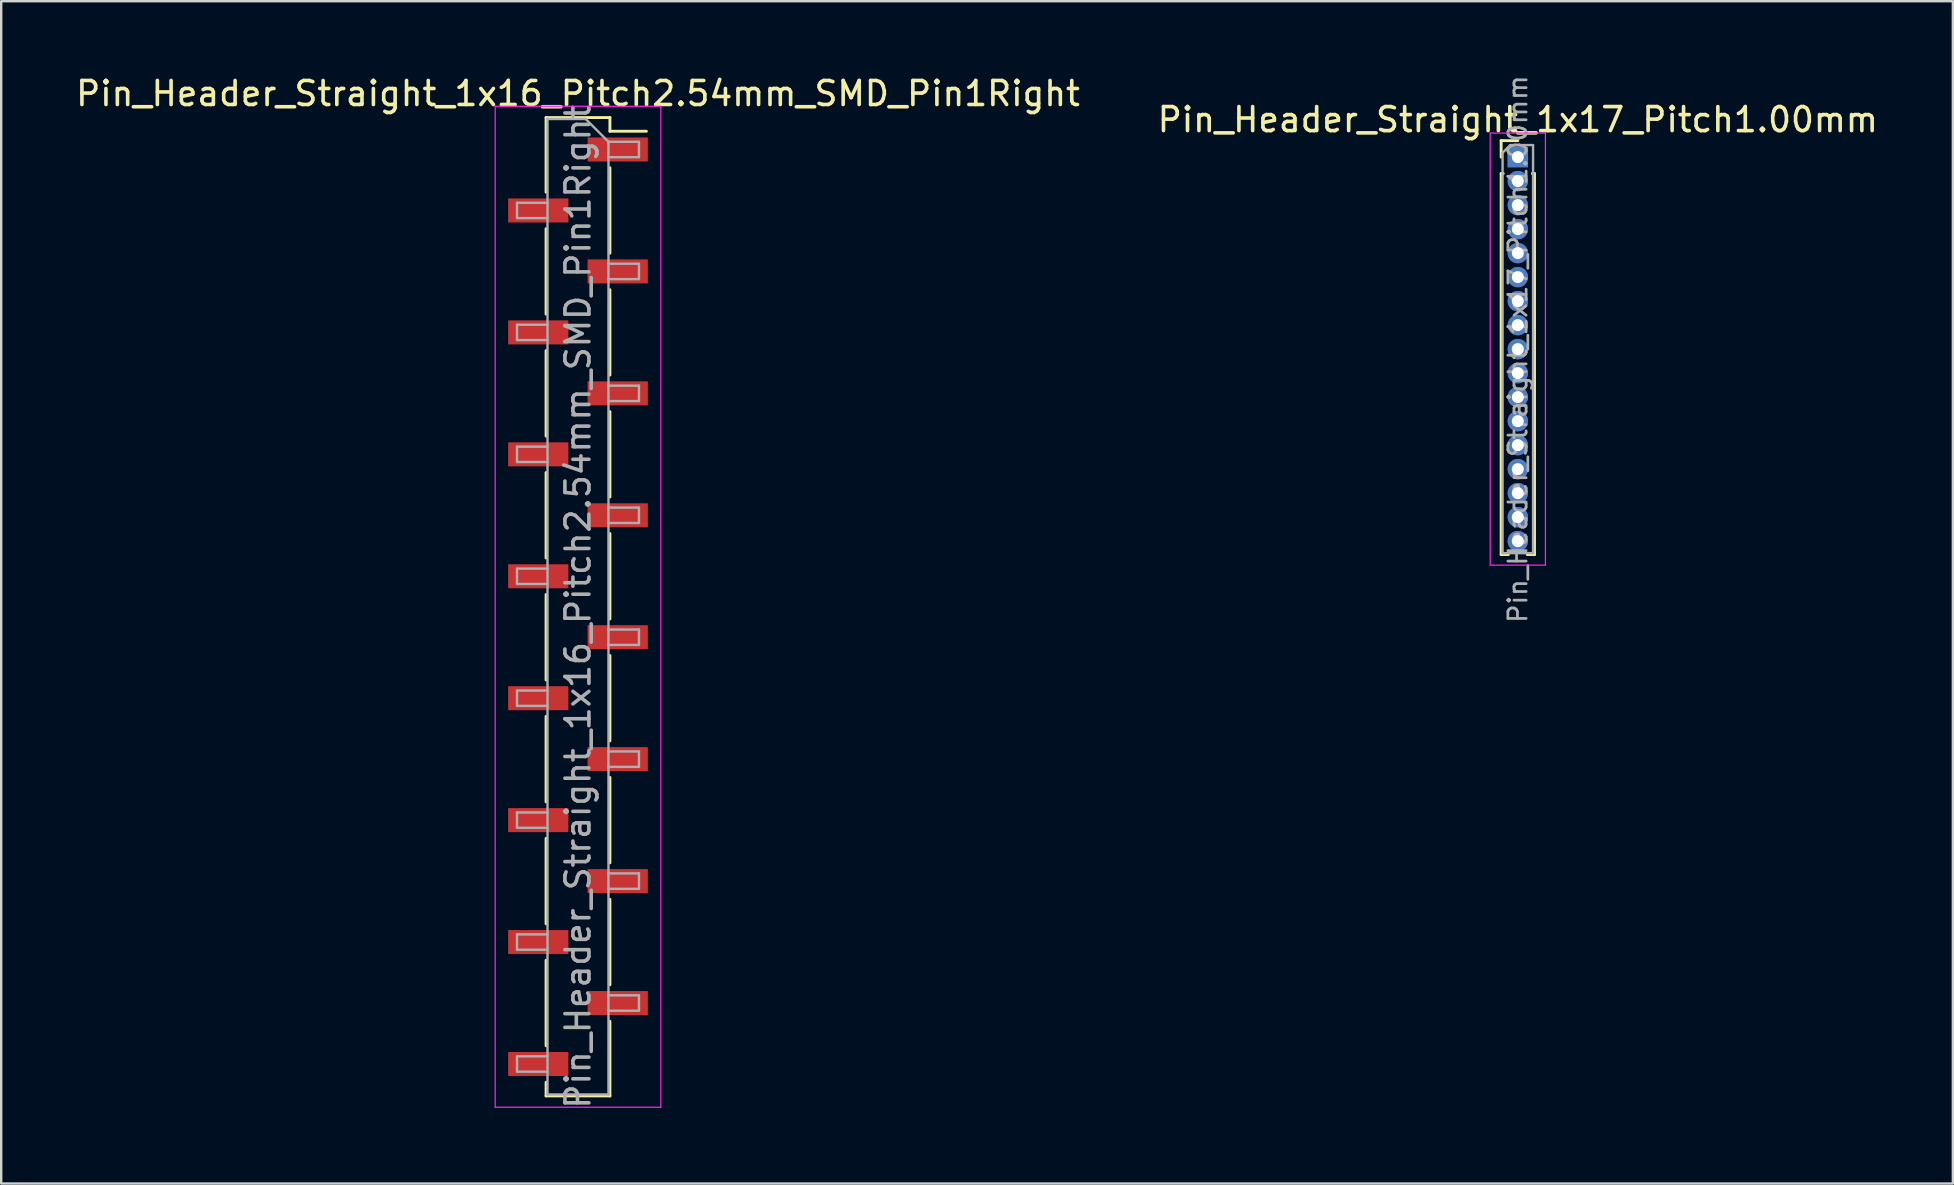
<source format=kicad_pcb>
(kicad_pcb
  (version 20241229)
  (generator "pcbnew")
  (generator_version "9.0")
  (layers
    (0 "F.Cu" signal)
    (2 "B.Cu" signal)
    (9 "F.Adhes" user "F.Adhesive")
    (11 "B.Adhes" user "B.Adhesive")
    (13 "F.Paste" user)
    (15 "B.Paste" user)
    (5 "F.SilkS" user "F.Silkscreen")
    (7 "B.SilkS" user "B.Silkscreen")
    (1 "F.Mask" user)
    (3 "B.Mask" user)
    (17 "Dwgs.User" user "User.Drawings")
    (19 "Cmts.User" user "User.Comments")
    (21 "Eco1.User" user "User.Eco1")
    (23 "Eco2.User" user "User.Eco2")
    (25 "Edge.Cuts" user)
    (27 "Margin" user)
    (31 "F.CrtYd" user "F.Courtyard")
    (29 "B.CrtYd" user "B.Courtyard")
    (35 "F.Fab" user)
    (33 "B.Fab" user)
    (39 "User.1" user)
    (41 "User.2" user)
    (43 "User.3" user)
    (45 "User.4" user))
  (footprint "Pin_Header_Straight_1x17_Pitch1.00mm"
    (layer "F.Cu")
    (at 60.185 3.495)
    (property "Reference" "Pin_Header_Straight_1x17_Pitch1.00mm" (at 0 -1.56 0) (layer "F.SilkS") (effects (font (size 1 1) (thickness 0.15))))
    (attr through_hole)
    (fp_line (start -0.695 -0.685) (end 0 -0.685) (stroke (width 0.12) (type solid)) (layer "F.SilkS"))
    (fp_line (start -0.695 0) (end -0.695 -0.685) (stroke (width 0.12) (type solid)) (layer "F.SilkS"))
    (fp_line (start -0.695 0.685) (end -0.695 16.56) (stroke (width 0.12) (type solid)) (layer "F.SilkS"))
    (fp_line (start -0.695 0.685) (end -0.608 0.685) (stroke (width 0.12) (type solid)) (layer "F.SilkS"))
    (fp_line (start -0.695 16.56) (end -0.394 16.56) (stroke (width 0.12) (type solid)) (layer "F.SilkS"))
    (fp_line (start 0.394 16.56) (end 0.695 16.56) (stroke (width 0.12) (type solid)) (layer "F.SilkS"))
    (fp_line (start 0.608 0.685) (end 0.695 0.685) (stroke (width 0.12) (type solid)) (layer "F.SilkS"))
    (fp_line (start 0.695 0.685) (end 0.695 16.56) (stroke (width 0.12) (type solid)) (layer "F.SilkS"))
    (fp_line (start -1.15 -1) (end -1.15 17) (stroke (width 0.05) (type solid)) (layer "F.CrtYd"))
    (fp_line (start -1.15 17) (end 1.15 17) (stroke (width 0.05) (type solid)) (layer "F.CrtYd"))
    (fp_line (start 1.15 -1) (end -1.15 -1) (stroke (width 0.05) (type solid)) (layer "F.CrtYd"))
    (fp_line (start 1.15 17) (end 1.15 -1) (stroke (width 0.05) (type solid)) (layer "F.CrtYd"))
    (fp_line (start -0.635 -0.182) (end -0.318 -0.5) (stroke (width 0.1) (type solid)) (layer "F.Fab"))
    (fp_line (start -0.635 16.5) (end -0.635 -0.182) (stroke (width 0.1) (type solid)) (layer "F.Fab"))
    (fp_line (start -0.318 -0.5) (end 0.635 -0.5) (stroke (width 0.1) (type solid)) (layer "F.Fab"))
    (fp_line (start 0.635 -0.5) (end 0.635 16.5) (stroke (width 0.1) (type solid)) (layer "F.Fab"))
    (fp_line (start 0.635 16.5) (end -0.635 16.5) (stroke (width 0.1) (type solid)) (layer "F.Fab"))
    (fp_text user "${REFERENCE}" (at 0 8 90) (layer "F.Fab") (effects (font (size 0.76 0.76) (thickness 0.114))))
    (pad "1" thru_hole rect (at 0 0) (size 0.85 0.85) (drill 0.5) (layers "*.Cu" "*.Mask"))
    (pad "2" thru_hole oval (at 0 1) (size 0.85 0.85) (drill 0.5) (layers "*.Cu" "*.Mask"))
    (pad "3" thru_hole oval (at 0 2) (size 0.85 0.85) (drill 0.5) (layers "*.Cu" "*.Mask"))
    (pad "4" thru_hole oval (at 0 3) (size 0.85 0.85) (drill 0.5) (layers "*.Cu" "*.Mask"))
    (pad "5" thru_hole oval (at 0 4) (size 0.85 0.85) (drill 0.5) (layers "*.Cu" "*.Mask"))
    (pad "6" thru_hole oval (at 0 5) (size 0.85 0.85) (drill 0.5) (layers "*.Cu" "*.Mask"))
    (pad "7" thru_hole oval (at 0 6) (size 0.85 0.85) (drill 0.5) (layers "*.Cu" "*.Mask"))
    (pad "8" thru_hole oval (at 0 7) (size 0.85 0.85) (drill 0.5) (layers "*.Cu" "*.Mask"))
    (pad "9" thru_hole oval (at 0 8) (size 0.85 0.85) (drill 0.5) (layers "*.Cu" "*.Mask"))
    (pad "10" thru_hole oval (at 0 9) (size 0.85 0.85) (drill 0.5) (layers "*.Cu" "*.Mask"))
    (pad "11" thru_hole oval (at 0 10) (size 0.85 0.85) (drill 0.5) (layers "*.Cu" "*.Mask"))
    (pad "12" thru_hole oval (at 0 11) (size 0.85 0.85) (drill 0.5) (layers "*.Cu" "*.Mask"))
    (pad "13" thru_hole oval (at 0 12) (size 0.85 0.85) (drill 0.5) (layers "*.Cu" "*.Mask"))
    (pad "14" thru_hole oval (at 0 13) (size 0.85 0.85) (drill 0.5) (layers "*.Cu" "*.Mask"))
    (pad "15" thru_hole oval (at 0 14) (size 0.85 0.85) (drill 0.5) (layers "*.Cu" "*.Mask"))
    (pad "16" thru_hole oval (at 0 15) (size 0.85 0.85) (drill 0.5) (layers "*.Cu" "*.Mask"))
    (pad "17" thru_hole oval (at 0 16) (size 0.85 0.85) (drill 0.5) (layers "*.Cu" "*.Mask")))
  (footprint "Pin_Header_Straight_1x16_Pitch2.54mm_SMD_Pin1Right"
    (layer "F.Cu")
    (at 21.03 22.228)
    (property "Reference" "Pin_Header_Straight_1x16_Pitch2.54mm_SMD_Pin1Right" (at 0 -21.38 0) (layer "F.SilkS") (effects (font (size 1 1) (thickness 0.15))))
    (attr smd)
    (fp_line (start -1.33 -20.38) (end -1.33 -17.27) (stroke (width 0.12) (type solid)) (layer "F.SilkS"))
    (fp_line (start -1.33 -20.38) (end 1.33 -20.38) (stroke (width 0.12) (type solid)) (layer "F.SilkS"))
    (fp_line (start -1.33 -15.75) (end -1.33 -12.19) (stroke (width 0.12) (type solid)) (layer "F.SilkS"))
    (fp_line (start -1.33 -10.67) (end -1.33 -7.11) (stroke (width 0.12) (type solid)) (layer "F.SilkS"))
    (fp_line (start -1.33 -5.59) (end -1.33 -2.03) (stroke (width 0.12) (type solid)) (layer "F.SilkS"))
    (fp_line (start -1.33 -0.51) (end -1.33 3.05) (stroke (width 0.12) (type solid)) (layer "F.SilkS"))
    (fp_line (start -1.33 4.57) (end -1.33 8.13) (stroke (width 0.12) (type solid)) (layer "F.SilkS"))
    (fp_line (start -1.33 9.65) (end -1.33 13.21) (stroke (width 0.12) (type solid)) (layer "F.SilkS"))
    (fp_line (start -1.33 14.73) (end -1.33 18.29) (stroke (width 0.12) (type solid)) (layer "F.SilkS"))
    (fp_line (start -1.33 19.81) (end -1.33 20.38) (stroke (width 0.12) (type solid)) (layer "F.SilkS"))
    (fp_line (start -1.33 20.38) (end 1.33 20.38) (stroke (width 0.12) (type solid)) (layer "F.SilkS"))
    (fp_line (start 1.33 -20.38) (end 1.33 -19.81) (stroke (width 0.12) (type solid)) (layer "F.SilkS"))
    (fp_line (start 1.33 -19.81) (end 2.85 -19.81) (stroke (width 0.12) (type solid)) (layer "F.SilkS"))
    (fp_line (start 1.33 -18.29) (end 1.33 -14.73) (stroke (width 0.12) (type solid)) (layer "F.SilkS"))
    (fp_line (start 1.33 -13.21) (end 1.33 -9.65) (stroke (width 0.12) (type solid)) (layer "F.SilkS"))
    (fp_line (start 1.33 -8.13) (end 1.33 -4.57) (stroke (width 0.12) (type solid)) (layer "F.SilkS"))
    (fp_line (start 1.33 -3.05) (end 1.33 0.51) (stroke (width 0.12) (type solid)) (layer "F.SilkS"))
    (fp_line (start 1.33 2.03) (end 1.33 5.59) (stroke (width 0.12) (type solid)) (layer "F.SilkS"))
    (fp_line (start 1.33 7.11) (end 1.33 10.67) (stroke (width 0.12) (type solid)) (layer "F.SilkS"))
    (fp_line (start 1.33 12.19) (end 1.33 15.75) (stroke (width 0.12) (type solid)) (layer "F.SilkS"))
    (fp_line (start 1.33 17.27) (end 1.33 20.38) (stroke (width 0.12) (type solid)) (layer "F.SilkS"))
    (fp_line (start -3.45 -20.85) (end -3.45 20.85) (stroke (width 0.05) (type solid)) (layer "F.CrtYd"))
    (fp_line (start -3.45 20.85) (end 3.45 20.85) (stroke (width 0.05) (type solid)) (layer "F.CrtYd"))
    (fp_line (start 3.45 -20.85) (end -3.45 -20.85) (stroke (width 0.05) (type solid)) (layer "F.CrtYd"))
    (fp_line (start 3.45 20.85) (end 3.45 -20.85) (stroke (width 0.05) (type solid)) (layer "F.CrtYd"))
    (fp_line (start -2.54 -16.83) (end -2.54 -16.19) (stroke (width 0.1) (type solid)) (layer "F.Fab"))
    (fp_line (start -2.54 -16.19) (end -1.27 -16.19) (stroke (width 0.1) (type solid)) (layer "F.Fab"))
    (fp_line (start -2.54 -11.75) (end -2.54 -11.11) (stroke (width 0.1) (type solid)) (layer "F.Fab"))
    (fp_line (start -2.54 -11.11) (end -1.27 -11.11) (stroke (width 0.1) (type solid)) (layer "F.Fab"))
    (fp_line (start -2.54 -6.67) (end -2.54 -6.03) (stroke (width 0.1) (type solid)) (layer "F.Fab"))
    (fp_line (start -2.54 -6.03) (end -1.27 -6.03) (stroke (width 0.1) (type solid)) (layer "F.Fab"))
    (fp_line (start -2.54 -1.59) (end -2.54 -0.95) (stroke (width 0.1) (type solid)) (layer "F.Fab"))
    (fp_line (start -2.54 -0.95) (end -1.27 -0.95) (stroke (width 0.1) (type solid)) (layer "F.Fab"))
    (fp_line (start -2.54 3.49) (end -2.54 4.13) (stroke (width 0.1) (type solid)) (layer "F.Fab"))
    (fp_line (start -2.54 4.13) (end -1.27 4.13) (stroke (width 0.1) (type solid)) (layer "F.Fab"))
    (fp_line (start -2.54 8.57) (end -2.54 9.21) (stroke (width 0.1) (type solid)) (layer "F.Fab"))
    (fp_line (start -2.54 9.21) (end -1.27 9.21) (stroke (width 0.1) (type solid)) (layer "F.Fab"))
    (fp_line (start -2.54 13.65) (end -2.54 14.29) (stroke (width 0.1) (type solid)) (layer "F.Fab"))
    (fp_line (start -2.54 14.29) (end -1.27 14.29) (stroke (width 0.1) (type solid)) (layer "F.Fab"))
    (fp_line (start -2.54 18.73) (end -2.54 19.37) (stroke (width 0.1) (type solid)) (layer "F.Fab"))
    (fp_line (start -2.54 19.37) (end -1.27 19.37) (stroke (width 0.1) (type solid)) (layer "F.Fab"))
    (fp_line (start -1.27 -20.32) (end -1.27 20.32) (stroke (width 0.1) (type solid)) (layer "F.Fab"))
    (fp_line (start -1.27 -20.32) (end 0.32 -20.32) (stroke (width 0.1) (type solid)) (layer "F.Fab"))
    (fp_line (start -1.27 -16.83) (end -2.54 -16.83) (stroke (width 0.1) (type solid)) (layer "F.Fab"))
    (fp_line (start -1.27 -11.75) (end -2.54 -11.75) (stroke (width 0.1) (type solid)) (layer "F.Fab"))
    (fp_line (start -1.27 -6.67) (end -2.54 -6.67) (stroke (width 0.1) (type solid)) (layer "F.Fab"))
    (fp_line (start -1.27 -1.59) (end -2.54 -1.59) (stroke (width 0.1) (type solid)) (layer "F.Fab"))
    (fp_line (start -1.27 3.49) (end -2.54 3.49) (stroke (width 0.1) (type solid)) (layer "F.Fab"))
    (fp_line (start -1.27 8.57) (end -2.54 8.57) (stroke (width 0.1) (type solid)) (layer "F.Fab"))
    (fp_line (start -1.27 13.65) (end -2.54 13.65) (stroke (width 0.1) (type solid)) (layer "F.Fab"))
    (fp_line (start -1.27 18.73) (end -2.54 18.73) (stroke (width 0.1) (type solid)) (layer "F.Fab"))
    (fp_line (start 1.27 -19.37) (end 0.32 -20.32) (stroke (width 0.1) (type solid)) (layer "F.Fab"))
    (fp_line (start 1.27 -19.37) (end 2.54 -19.37) (stroke (width 0.1) (type solid)) (layer "F.Fab"))
    (fp_line (start 1.27 -14.29) (end 2.54 -14.29) (stroke (width 0.1) (type solid)) (layer "F.Fab"))
    (fp_line (start 1.27 -9.21) (end 2.54 -9.21) (stroke (width 0.1) (type solid)) (layer "F.Fab"))
    (fp_line (start 1.27 -4.13) (end 2.54 -4.13) (stroke (width 0.1) (type solid)) (layer "F.Fab"))
    (fp_line (start 1.27 0.95) (end 2.54 0.95) (stroke (width 0.1) (type solid)) (layer "F.Fab"))
    (fp_line (start 1.27 6.03) (end 2.54 6.03) (stroke (width 0.1) (type solid)) (layer "F.Fab"))
    (fp_line (start 1.27 11.11) (end 2.54 11.11) (stroke (width 0.1) (type solid)) (layer "F.Fab"))
    (fp_line (start 1.27 16.19) (end 2.54 16.19) (stroke (width 0.1) (type solid)) (layer "F.Fab"))
    (fp_line (start 1.27 20.32) (end -1.27 20.32) (stroke (width 0.1) (type solid)) (layer "F.Fab"))
    (fp_line (start 1.27 20.32) (end 1.27 -19.37) (stroke (width 0.1) (type solid)) (layer "F.Fab"))
    (fp_line (start 2.54 -19.37) (end 2.54 -18.73) (stroke (width 0.1) (type solid)) (layer "F.Fab"))
    (fp_line (start 2.54 -18.73) (end 1.27 -18.73) (stroke (width 0.1) (type solid)) (layer "F.Fab"))
    (fp_line (start 2.54 -14.29) (end 2.54 -13.65) (stroke (width 0.1) (type solid)) (layer "F.Fab"))
    (fp_line (start 2.54 -13.65) (end 1.27 -13.65) (stroke (width 0.1) (type solid)) (layer "F.Fab"))
    (fp_line (start 2.54 -9.21) (end 2.54 -8.57) (stroke (width 0.1) (type solid)) (layer "F.Fab"))
    (fp_line (start 2.54 -8.57) (end 1.27 -8.57) (stroke (width 0.1) (type solid)) (layer "F.Fab"))
    (fp_line (start 2.54 -4.13) (end 2.54 -3.49) (stroke (width 0.1) (type solid)) (layer "F.Fab"))
    (fp_line (start 2.54 -3.49) (end 1.27 -3.49) (stroke (width 0.1) (type solid)) (layer "F.Fab"))
    (fp_line (start 2.54 0.95) (end 2.54 1.59) (stroke (width 0.1) (type solid)) (layer "F.Fab"))
    (fp_line (start 2.54 1.59) (end 1.27 1.59) (stroke (width 0.1) (type solid)) (layer "F.Fab"))
    (fp_line (start 2.54 6.03) (end 2.54 6.67) (stroke (width 0.1) (type solid)) (layer "F.Fab"))
    (fp_line (start 2.54 6.67) (end 1.27 6.67) (stroke (width 0.1) (type solid)) (layer "F.Fab"))
    (fp_line (start 2.54 11.11) (end 2.54 11.75) (stroke (width 0.1) (type solid)) (layer "F.Fab"))
    (fp_line (start 2.54 11.75) (end 1.27 11.75) (stroke (width 0.1) (type solid)) (layer "F.Fab"))
    (fp_line (start 2.54 16.19) (end 2.54 16.83) (stroke (width 0.1) (type solid)) (layer "F.Fab"))
    (fp_line (start 2.54 16.83) (end 1.27 16.83) (stroke (width 0.1) (type solid)) (layer "F.Fab"))
    (fp_text user "${REFERENCE}" (at 0 0 90) (layer "F.Fab") (effects (font (size 1 1) (thickness 0.15))))
    (pad "1" smd rect (at 1.655 -19.05) (size 2.51 1) (layers "F.Cu" "F.Mask" "F.Paste"))
    (pad "2" smd rect (at -1.655 -16.51) (size 2.51 1) (layers "F.Cu" "F.Mask" "F.Paste"))
    (pad "3" smd rect (at 1.655 -13.97) (size 2.51 1) (layers "F.Cu" "F.Mask" "F.Paste"))
    (pad "4" smd rect (at -1.655 -11.43) (size 2.51 1) (layers "F.Cu" "F.Mask" "F.Paste"))
    (pad "5" smd rect (at 1.655 -8.89) (size 2.51 1) (layers "F.Cu" "F.Mask" "F.Paste"))
    (pad "6" smd rect (at -1.655 -6.35) (size 2.51 1) (layers "F.Cu" "F.Mask" "F.Paste"))
    (pad "7" smd rect (at 1.655 -3.81) (size 2.51 1) (layers "F.Cu" "F.Mask" "F.Paste"))
    (pad "8" smd rect (at -1.655 -1.27) (size 2.51 1) (layers "F.Cu" "F.Mask" "F.Paste"))
    (pad "9" smd rect (at 1.655 1.27) (size 2.51 1) (layers "F.Cu" "F.Mask" "F.Paste"))
    (pad "10" smd rect (at -1.655 3.81) (size 2.51 1) (layers "F.Cu" "F.Mask" "F.Paste"))
    (pad "11" smd rect (at 1.655 6.35) (size 2.51 1) (layers "F.Cu" "F.Mask" "F.Paste"))
    (pad "12" smd rect (at -1.655 8.89) (size 2.51 1) (layers "F.Cu" "F.Mask" "F.Paste"))
    (pad "13" smd rect (at 1.655 11.43) (size 2.51 1) (layers "F.Cu" "F.Mask" "F.Paste"))
    (pad "14" smd rect (at -1.655 13.97) (size 2.51 1) (layers "F.Cu" "F.Mask" "F.Paste"))
    (pad "15" smd rect (at 1.655 16.51) (size 2.51 1) (layers "F.Cu" "F.Mask" "F.Paste"))
    (pad "16" smd rect (at -1.655 19.05) (size 2.51 1) (layers "F.Cu" "F.Mask" "F.Paste")))
  (gr_rect
    (start -3 -3)
    (end 78.31 46.258)
    (stroke (width 0.1) (type default))
    (fill no)
    (layer "Edge.Cuts")))
</source>
